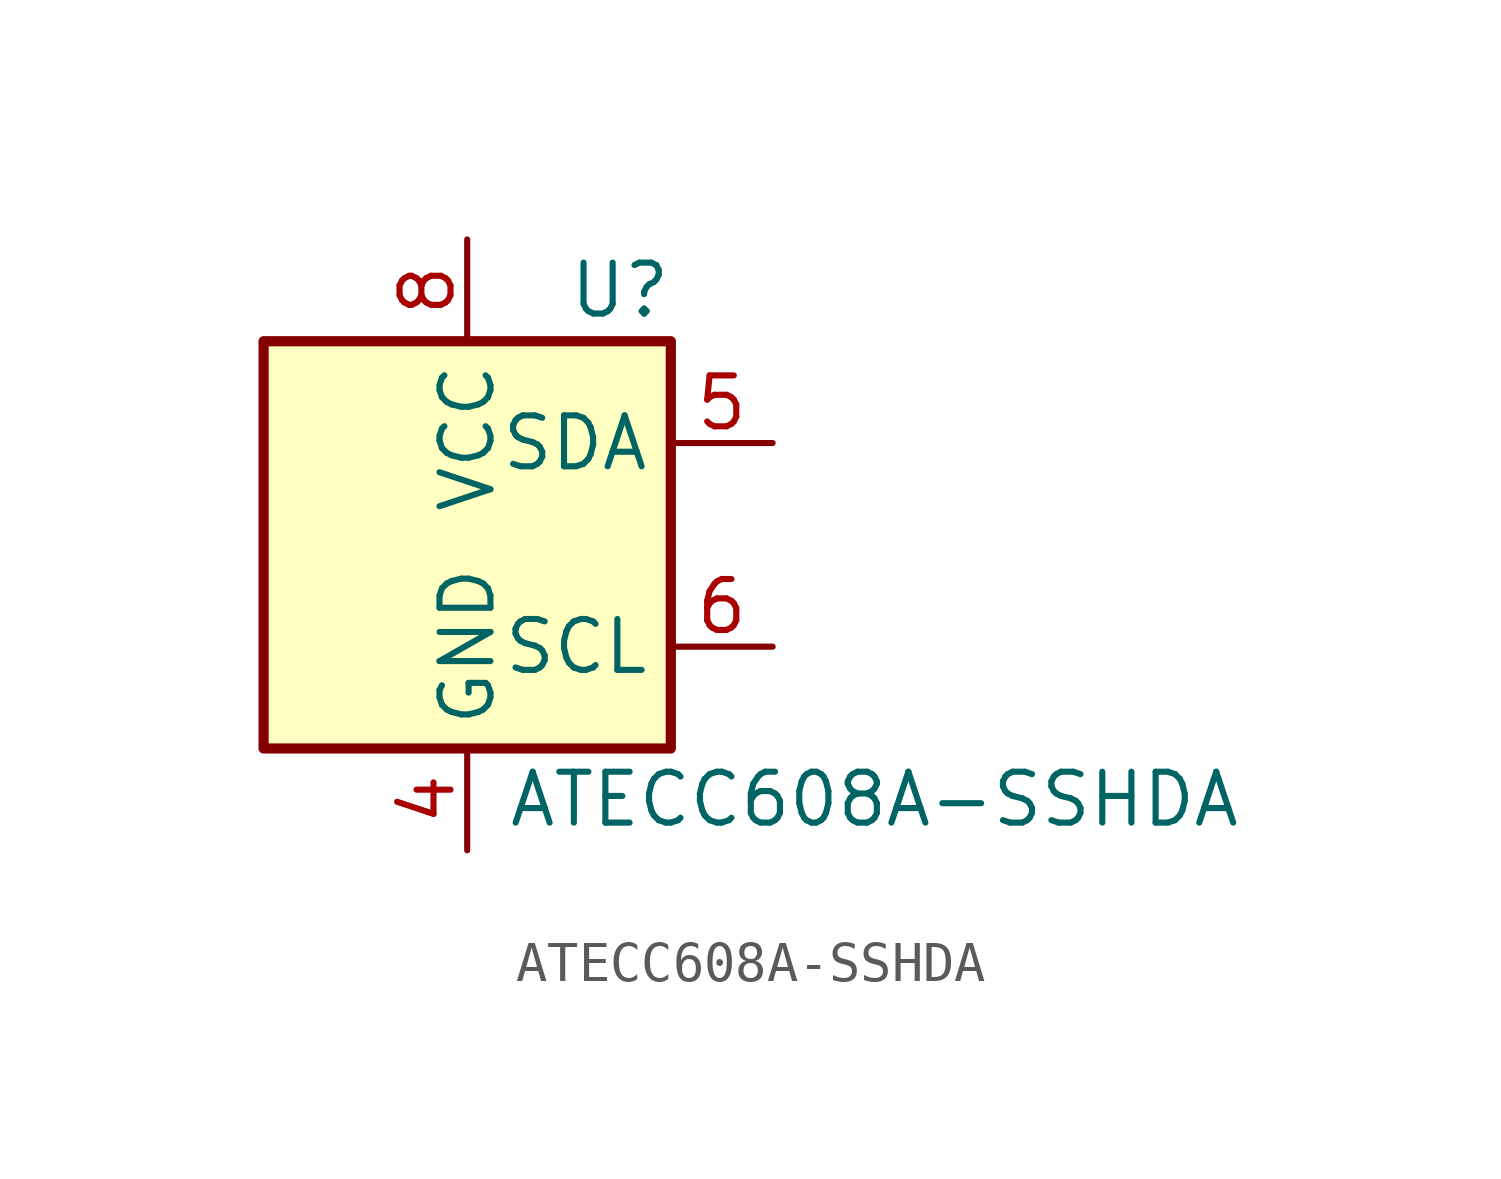
<source format=kicad_sym>
(kicad_symbol_lib
  (version 20211014)
  (generator kicad_symbol_editor)
  (symbol "ATECC608A-SSHDA"
    (property "Reference" "U"
      (at 3.81 6.35 0)
      (effects (font (size 1.27 1.27))))
    (property "Value" "ATECC608A-SSHDA"
      (at 10.16 -6.35 0)
      (effects (font (size 1.27 1.27))))
    (symbol "ATECC608A-SSHDA_0_1"
      (rectangle (start -5.08 5.08) (end 5.08 -5.08) (stroke (width 0.254) (type default) (color 0 0 0 0)) (fill (type background))))
    (symbol "ATECC608A-SSHDA_1_1"
      (pin no_connect line (at -5.08 2.54 0) (length 2.54) hide (name "NC" (effects (font (size 1.27 1.27)))) (number "1" (effects (font (size 1.27 1.27)))))
      (pin no_connect line (at -5.08 0 0) (length 2.54) hide (name "NC" (effects (font (size 1.27 1.27)))) (number "2" (effects (font (size 1.27 1.27)))))
      (pin no_connect line (at -5.08 -2.54 0) (length 2.54) hide (name "NC" (effects (font (size 1.27 1.27)))) (number "3" (effects (font (size 1.27 1.27)))))
      (pin power_in line (at 0 -7.62 90) (length 2.54) (name "GND" (effects (font (size 1.27 1.27)))) (number "4" (effects (font (size 1.27 1.27)))))
      (pin bidirectional line (at 7.62 2.54 180) (length 2.54) (name "SDA" (effects (font (size 1.27 1.27)))) (number "5" (effects (font (size 1.27 1.27)))))
      (pin input line (at 7.62 -2.54 180) (length 2.54) (name "SCL" (effects (font (size 1.27 1.27)))) (number "6" (effects (font (size 1.27 1.27)))))
      (pin no_connect line (at 5.08 0 180) (length 2.54) hide (name "NC" (effects (font (size 1.27 1.27)))) (number "7" (effects (font (size 1.27 1.27)))))
      (pin power_in line (at 0 7.62 270) (length 2.54) (name "VCC" (effects (font (size 1.27 1.27)))) (number "8" (effects (font (size 1.27 1.27))))))))
</source>
